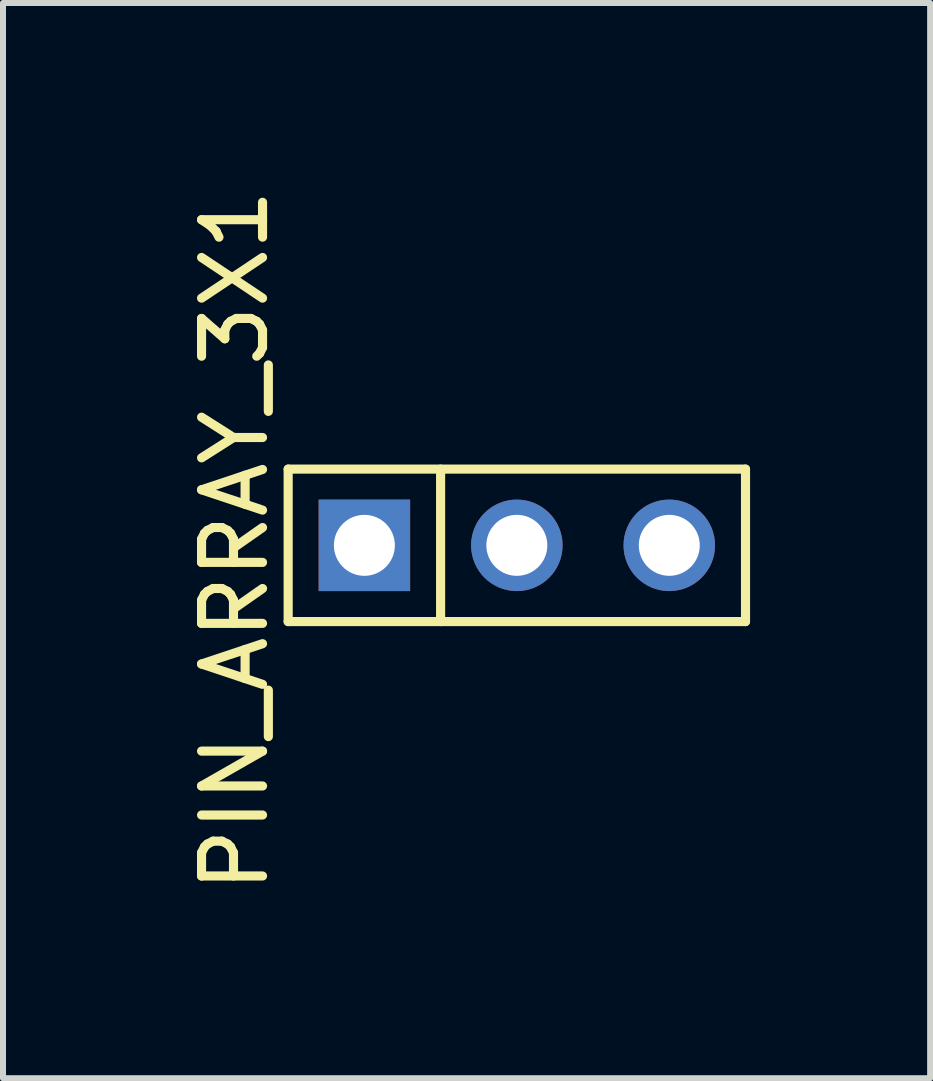
<source format=kicad_pcb>
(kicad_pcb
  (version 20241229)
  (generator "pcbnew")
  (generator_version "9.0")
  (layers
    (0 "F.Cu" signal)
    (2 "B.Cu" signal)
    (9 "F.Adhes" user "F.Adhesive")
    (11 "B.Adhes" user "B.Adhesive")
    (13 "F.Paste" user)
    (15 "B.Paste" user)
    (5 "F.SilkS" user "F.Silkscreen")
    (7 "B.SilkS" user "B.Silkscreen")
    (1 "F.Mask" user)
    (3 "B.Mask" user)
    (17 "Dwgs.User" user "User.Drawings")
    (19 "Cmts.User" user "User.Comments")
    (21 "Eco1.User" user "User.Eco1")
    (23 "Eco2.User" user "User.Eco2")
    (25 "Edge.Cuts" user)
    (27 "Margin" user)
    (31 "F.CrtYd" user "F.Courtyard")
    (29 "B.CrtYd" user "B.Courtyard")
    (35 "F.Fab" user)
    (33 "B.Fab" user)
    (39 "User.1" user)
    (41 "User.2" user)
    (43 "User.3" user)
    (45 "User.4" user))
  (footprint "PIN_ARRAY_3X1"
    (layer "F.Cu")
    (at 5.561 6.036)
    (property "Reference" "PIN_ARRAY_3X1" (at -4.699 -0.079 90) (layer "F.SilkS") (effects (font (size 1.016 1.016) (thickness 0.152))))
    (fp_line (start -3.81 -1.27) (end 3.81 -1.27) (stroke (width 0.152) (type solid)) (layer "F.SilkS"))
    (fp_line (start -3.81 1.27) (end -3.81 -1.27) (stroke (width 0.152) (type solid)) (layer "F.SilkS"))
    (fp_line (start -1.27 -1.27) (end -1.27 1.27) (stroke (width 0.152) (type solid)) (layer "F.SilkS"))
    (fp_line (start 3.81 -1.27) (end 3.81 1.27) (stroke (width 0.152) (type solid)) (layer "F.SilkS"))
    (fp_line (start 3.81 1.27) (end -3.81 1.27) (stroke (width 0.152) (type solid)) (layer "F.SilkS"))
    (pad "1" thru_hole rect (at -2.54 0) (size 1.524 1.524) (drill 1.016) (layers "*.Cu" "*.Mask"))
    (pad "2" thru_hole circle (at 0 0) (size 1.524 1.524) (drill 1.016) (layers "*.Cu" "*.Mask"))
    (pad "3" thru_hole circle (at 2.54 0) (size 1.524 1.524) (drill 1.016) (layers "*.Cu" "*.Mask")))
  (gr_rect
    (start -3 -3)
    (end 12.447 14.914)
    (stroke (width 0.1) (type default))
    (fill no)
    (layer "Edge.Cuts")))
</source>
